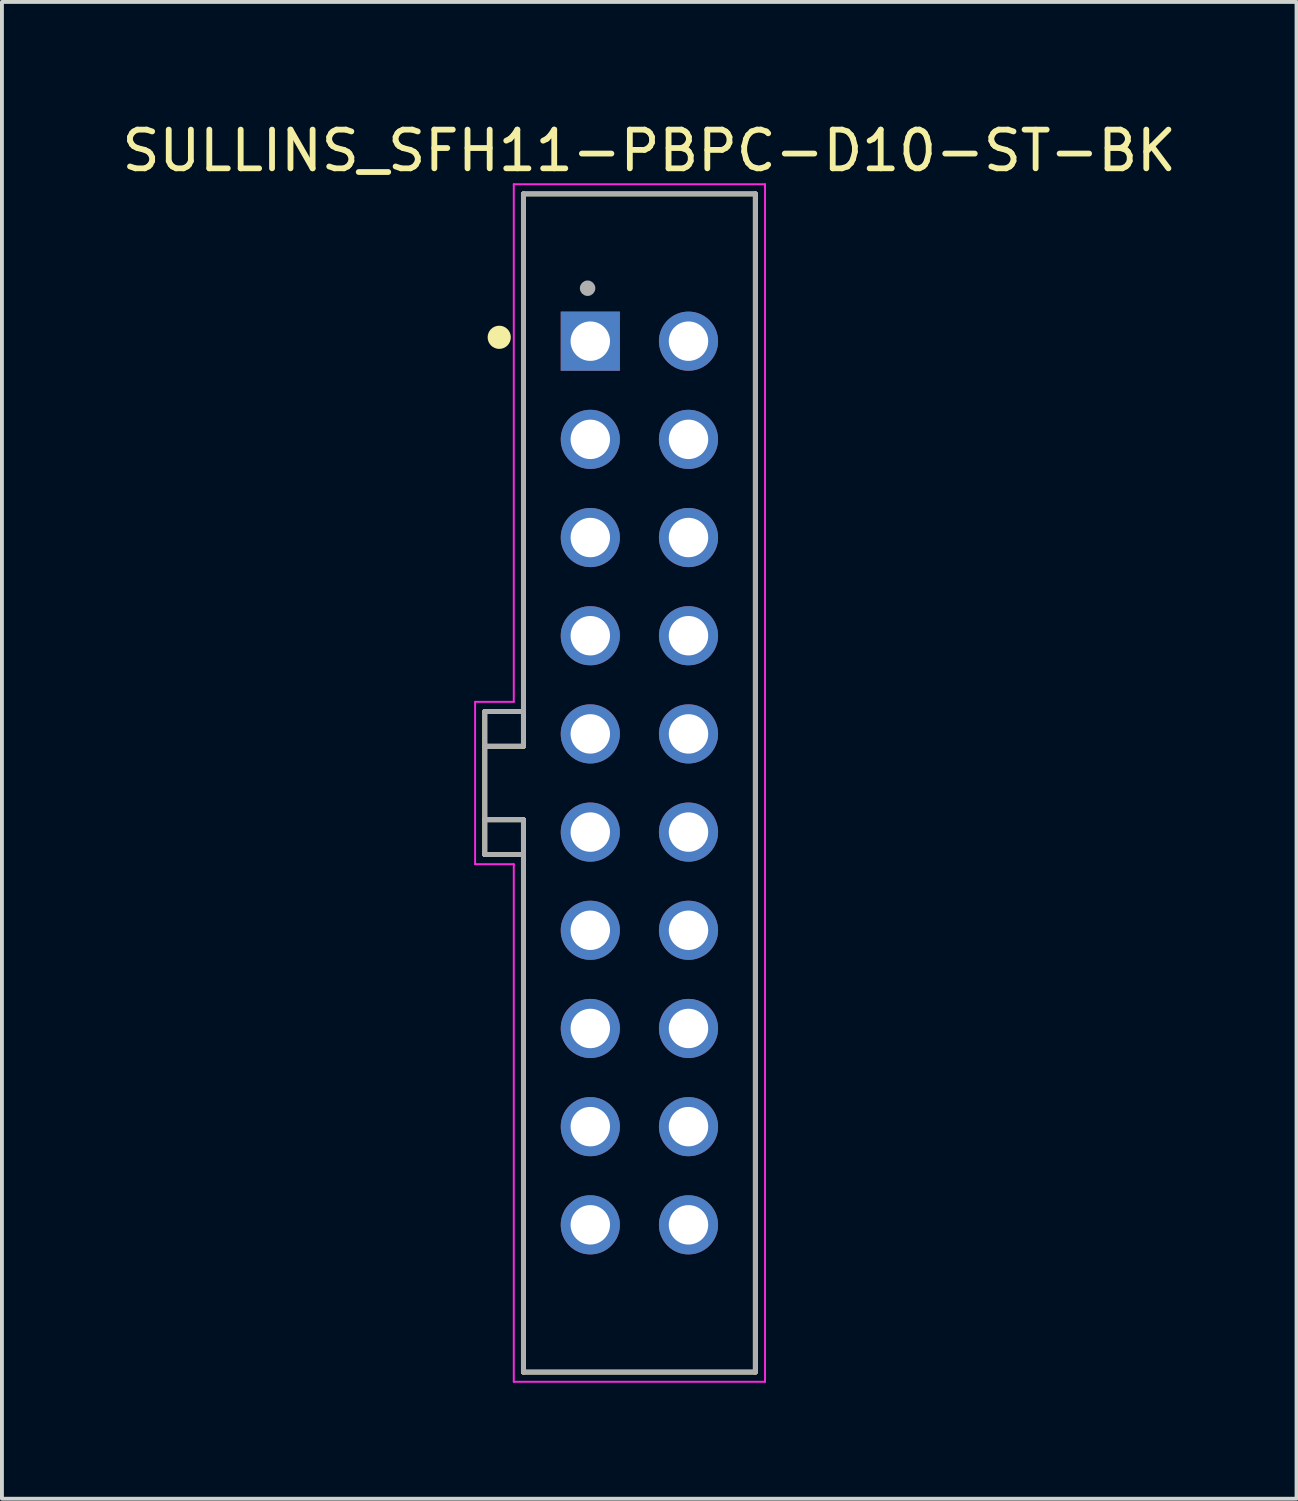
<source format=kicad_pcb>
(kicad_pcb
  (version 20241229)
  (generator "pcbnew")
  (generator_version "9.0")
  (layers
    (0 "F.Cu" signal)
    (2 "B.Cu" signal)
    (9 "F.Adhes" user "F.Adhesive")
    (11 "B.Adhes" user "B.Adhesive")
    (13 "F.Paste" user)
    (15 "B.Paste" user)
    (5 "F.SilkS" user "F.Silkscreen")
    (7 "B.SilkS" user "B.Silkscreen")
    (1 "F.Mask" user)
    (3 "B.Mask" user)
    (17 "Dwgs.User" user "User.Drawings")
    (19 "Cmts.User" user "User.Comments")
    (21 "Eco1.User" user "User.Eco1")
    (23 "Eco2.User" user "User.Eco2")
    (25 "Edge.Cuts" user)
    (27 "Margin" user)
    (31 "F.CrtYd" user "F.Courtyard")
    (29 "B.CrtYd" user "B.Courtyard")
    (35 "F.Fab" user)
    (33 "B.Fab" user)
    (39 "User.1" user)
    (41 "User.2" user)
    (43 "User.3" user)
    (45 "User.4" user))
  (footprint "SULLINS_SFH11-PBPC-D10-ST-BK"
    (layer "F.Cu")
    (at 13.491 17.206)
    (property "Reference" "SULLINS_SFH11-PBPC-D10-ST-BK" (at 0.254 -16.357 0) (layer "F.SilkS") (effects (font (size 1.002 1.002) (thickness 0.15))))
    (attr through_hole)
    (fp_line (start -4 -1.85) (end -4 -0.95) (stroke (width 0.127) (type solid)) (layer "F.SilkS"))
    (fp_line (start -4 -0.95) (end -4 0.95) (stroke (width 0.127) (type solid)) (layer "F.SilkS"))
    (fp_line (start -4 0.95) (end -4 1.85) (stroke (width 0.127) (type solid)) (layer "F.SilkS"))
    (fp_line (start -4 0.95) (end -3 0.95) (stroke (width 0.127) (type solid)) (layer "F.SilkS"))
    (fp_line (start -4 1.85) (end -3 1.85) (stroke (width 0.127) (type solid)) (layer "F.SilkS"))
    (fp_line (start -3 -15.24) (end 3 -15.24) (stroke (width 0.127) (type solid)) (layer "F.SilkS"))
    (fp_line (start -3 -1.85) (end -4 -1.85) (stroke (width 0.127) (type solid)) (layer "F.SilkS"))
    (fp_line (start -3 -1.85) (end -3 -15.24) (stroke (width 0.127) (type solid)) (layer "F.SilkS"))
    (fp_line (start -3 -1.85) (end -3 -0.95) (stroke (width 0.127) (type solid)) (layer "F.SilkS"))
    (fp_line (start -3 -0.95) (end -4 -0.95) (stroke (width 0.127) (type solid)) (layer "F.SilkS"))
    (fp_line (start -3 0.95) (end -3 1.85) (stroke (width 0.127) (type solid)) (layer "F.SilkS"))
    (fp_line (start -3 15.24) (end -3 1.85) (stroke (width 0.127) (type solid)) (layer "F.SilkS"))
    (fp_line (start 3 -15.24) (end 3 15.24) (stroke (width 0.127) (type solid)) (layer "F.SilkS"))
    (fp_line (start 3 15.24) (end -3 15.24) (stroke (width 0.127) (type solid)) (layer "F.SilkS"))
    (fp_circle (center -3.626 -11.53) (end -3.476 -11.53) (stroke (width 0.3) (type solid)) (fill no) (layer "F.SilkS"))
    (fp_line (start -4.25 -2.1) (end -4.25 2.1) (stroke (width 0.05) (type solid)) (layer "F.CrtYd"))
    (fp_line (start -4.25 2.1) (end -3.25 2.1) (stroke (width 0.05) (type solid)) (layer "F.CrtYd"))
    (fp_line (start -3.25 -15.49) (end -3.25 -2.1) (stroke (width 0.05) (type solid)) (layer "F.CrtYd"))
    (fp_line (start -3.25 -2.1) (end -4.25 -2.1) (stroke (width 0.05) (type solid)) (layer "F.CrtYd"))
    (fp_line (start -3.25 2.1) (end -3.25 15.49) (stroke (width 0.05) (type solid)) (layer "F.CrtYd"))
    (fp_line (start -3.25 15.49) (end 3.25 15.49) (stroke (width 0.05) (type solid)) (layer "F.CrtYd"))
    (fp_line (start 3.25 -15.49) (end -3.25 -15.49) (stroke (width 0.05) (type solid)) (layer "F.CrtYd"))
    (fp_line (start 3.25 15.49) (end 3.25 -15.49) (stroke (width 0.05) (type solid)) (layer "F.CrtYd"))
    (fp_line (start -4 -1.85) (end -4 -0.95) (stroke (width 0.127) (type solid)) (layer "F.Fab"))
    (fp_line (start -4 -0.95) (end -4 0.95) (stroke (width 0.127) (type solid)) (layer "F.Fab"))
    (fp_line (start -4 0.95) (end -4 1.85) (stroke (width 0.127) (type solid)) (layer "F.Fab"))
    (fp_line (start -4 1.85) (end -3 1.85) (stroke (width 0.127) (type solid)) (layer "F.Fab"))
    (fp_line (start -3 -15.24) (end 3 -15.24) (stroke (width 0.127) (type solid)) (layer "F.Fab"))
    (fp_line (start -3 -1.85) (end -4 -1.85) (stroke (width 0.127) (type solid)) (layer "F.Fab"))
    (fp_line (start -3 -1.85) (end -3 -15.24) (stroke (width 0.127) (type solid)) (layer "F.Fab"))
    (fp_line (start -3 -1.85) (end -3 -0.95) (stroke (width 0.127) (type solid)) (layer "F.Fab"))
    (fp_line (start -3 -0.95) (end -4 -0.95) (stroke (width 0.127) (type solid)) (layer "F.Fab"))
    (fp_line (start -3 0.95) (end -4 0.95) (stroke (width 0.127) (type solid)) (layer "F.Fab"))
    (fp_line (start -3 1.85) (end -3 0.95) (stroke (width 0.127) (type solid)) (layer "F.Fab"))
    (fp_line (start -3 1.85) (end -3 15.24) (stroke (width 0.127) (type solid)) (layer "F.Fab"))
    (fp_line (start 3 -15.24) (end 3 15.24) (stroke (width 0.127) (type solid)) (layer "F.Fab"))
    (fp_line (start 3 15.24) (end -3 15.24) (stroke (width 0.127) (type solid)) (layer "F.Fab"))
    (fp_circle (center -1.34 -12.8) (end -1.24 -12.8) (stroke (width 0.2) (type solid)) (fill no) (layer "F.Fab"))
    (pad "1" thru_hole rect (at -1.27 -11.43) (size 1.53 1.53) (drill 1.02) (layers "*.Cu" "*.Mask"))
    (pad "2" thru_hole circle (at 1.27 -11.43) (size 1.53 1.53) (drill 1.02) (layers "*.Cu" "*.Mask"))
    (pad "3" thru_hole circle (at -1.27 -8.89) (size 1.53 1.53) (drill 1.02) (layers "*.Cu" "*.Mask"))
    (pad "4" thru_hole circle (at 1.27 -8.89) (size 1.53 1.53) (drill 1.02) (layers "*.Cu" "*.Mask"))
    (pad "5" thru_hole circle (at -1.27 -6.35) (size 1.53 1.53) (drill 1.02) (layers "*.Cu" "*.Mask"))
    (pad "6" thru_hole circle (at 1.27 -6.35) (size 1.53 1.53) (drill 1.02) (layers "*.Cu" "*.Mask"))
    (pad "7" thru_hole circle (at -1.27 -3.81) (size 1.53 1.53) (drill 1.02) (layers "*.Cu" "*.Mask"))
    (pad "8" thru_hole circle (at 1.27 -3.81) (size 1.53 1.53) (drill 1.02) (layers "*.Cu" "*.Mask"))
    (pad "9" thru_hole circle (at -1.27 -1.27) (size 1.53 1.53) (drill 1.02) (layers "*.Cu" "*.Mask"))
    (pad "10" thru_hole circle (at 1.27 -1.27) (size 1.53 1.53) (drill 1.02) (layers "*.Cu" "*.Mask"))
    (pad "11" thru_hole circle (at -1.27 1.27) (size 1.53 1.53) (drill 1.02) (layers "*.Cu" "*.Mask"))
    (pad "12" thru_hole circle (at 1.27 1.27) (size 1.53 1.53) (drill 1.02) (layers "*.Cu" "*.Mask"))
    (pad "13" thru_hole circle (at -1.27 3.81) (size 1.53 1.53) (drill 1.02) (layers "*.Cu" "*.Mask"))
    (pad "14" thru_hole circle (at 1.27 3.81) (size 1.53 1.53) (drill 1.02) (layers "*.Cu" "*.Mask"))
    (pad "15" thru_hole circle (at -1.27 6.35) (size 1.53 1.53) (drill 1.02) (layers "*.Cu" "*.Mask"))
    (pad "16" thru_hole circle (at 1.27 6.35) (size 1.53 1.53) (drill 1.02) (layers "*.Cu" "*.Mask"))
    (pad "17" thru_hole circle (at -1.27 8.89) (size 1.53 1.53) (drill 1.02) (layers "*.Cu" "*.Mask"))
    (pad "18" thru_hole circle (at 1.27 8.89) (size 1.53 1.53) (drill 1.02) (layers "*.Cu" "*.Mask"))
    (pad "19" thru_hole circle (at -1.27 11.43) (size 1.53 1.53) (drill 1.02) (layers "*.Cu" "*.Mask"))
    (pad "20" thru_hole circle (at 1.27 11.43) (size 1.53 1.53) (drill 1.02) (layers "*.Cu" "*.Mask")))
  (gr_rect
    (start -3 -3)
    (end 30.491 35.721)
    (stroke (width 0.1) (type default))
    (fill no)
    (layer "Edge.Cuts")))
</source>
